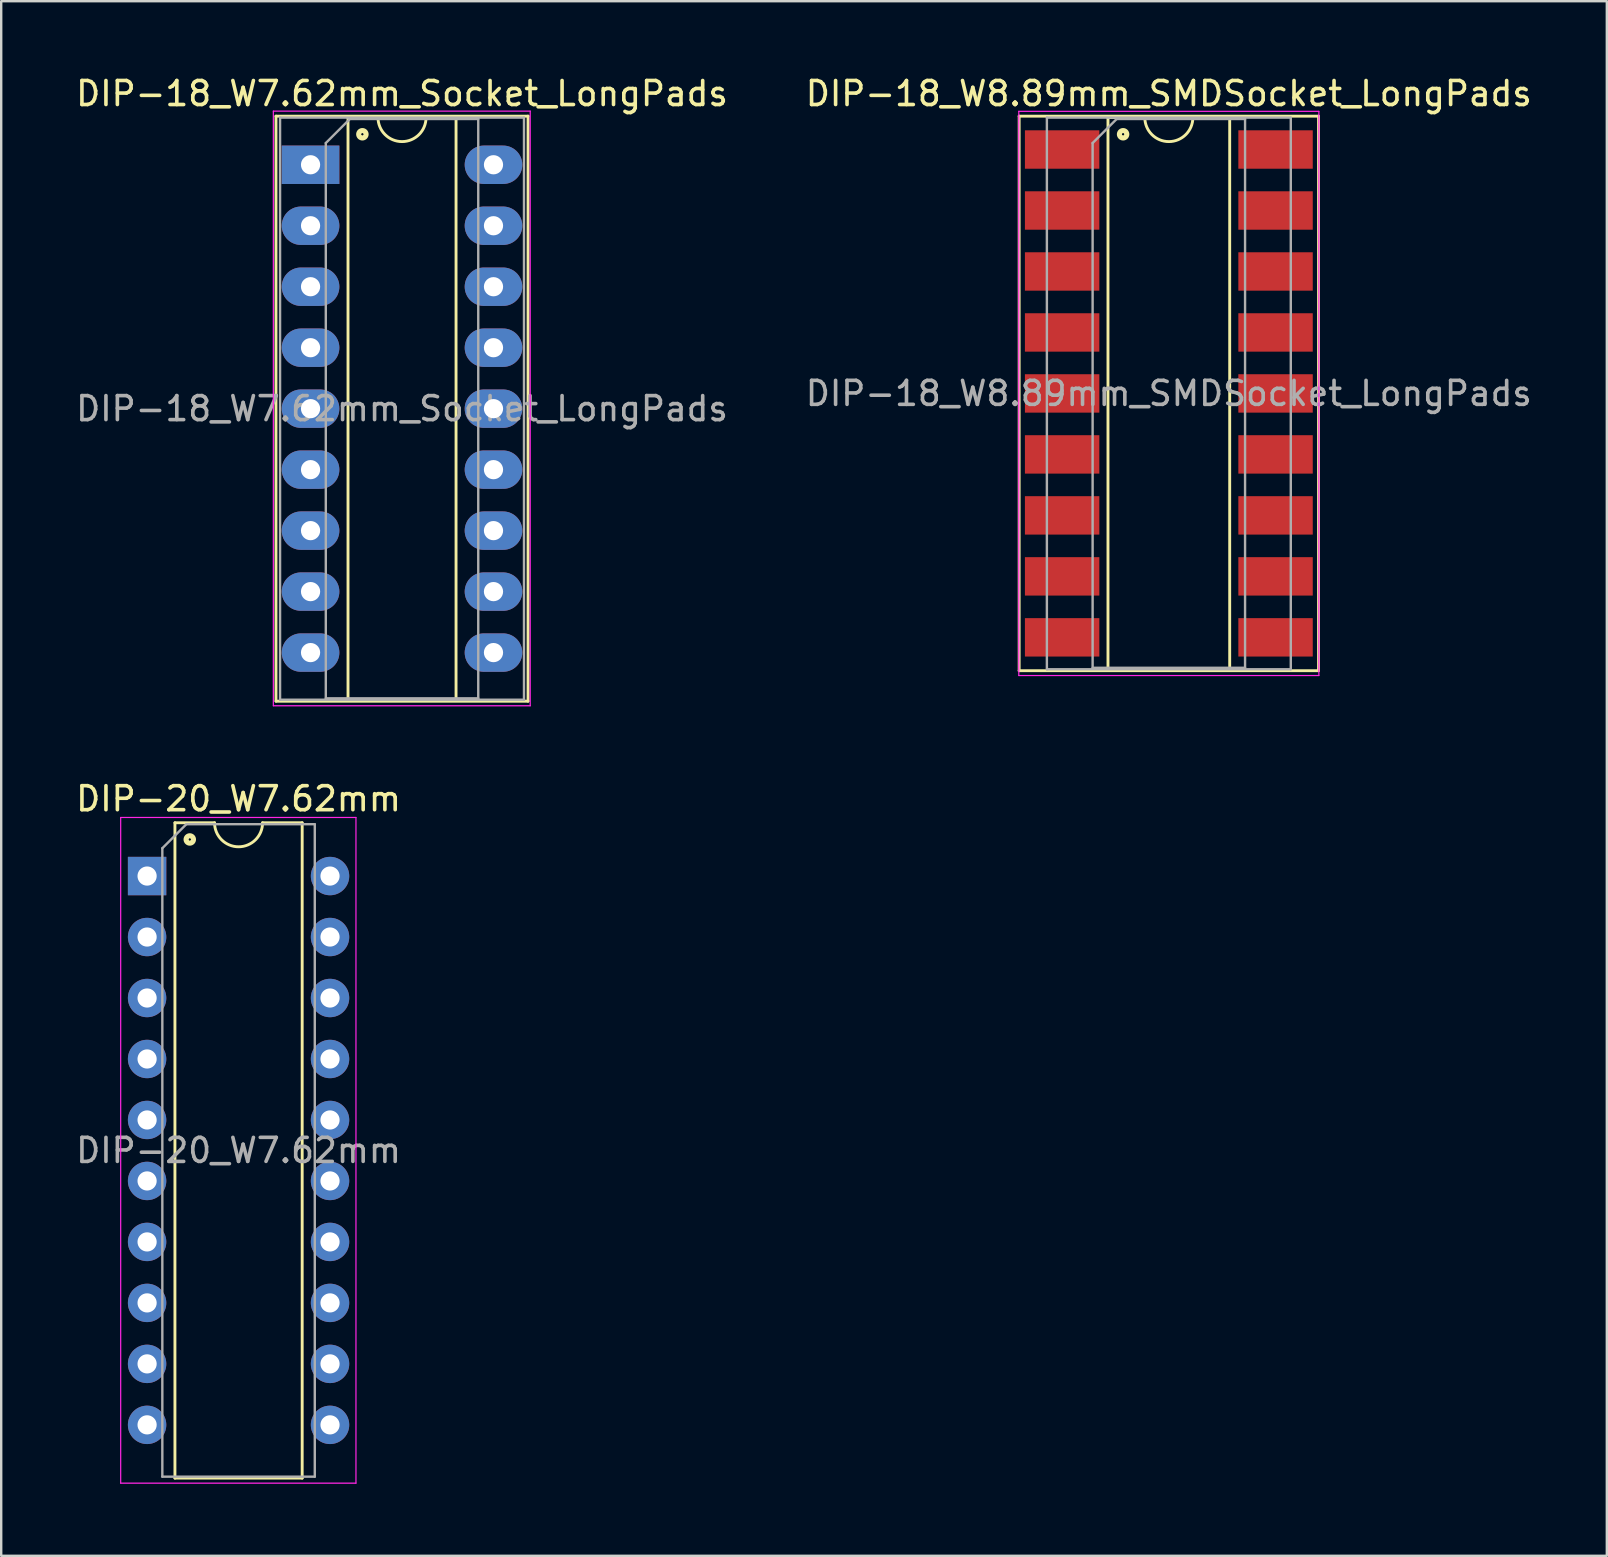
<source format=kicad_pcb>
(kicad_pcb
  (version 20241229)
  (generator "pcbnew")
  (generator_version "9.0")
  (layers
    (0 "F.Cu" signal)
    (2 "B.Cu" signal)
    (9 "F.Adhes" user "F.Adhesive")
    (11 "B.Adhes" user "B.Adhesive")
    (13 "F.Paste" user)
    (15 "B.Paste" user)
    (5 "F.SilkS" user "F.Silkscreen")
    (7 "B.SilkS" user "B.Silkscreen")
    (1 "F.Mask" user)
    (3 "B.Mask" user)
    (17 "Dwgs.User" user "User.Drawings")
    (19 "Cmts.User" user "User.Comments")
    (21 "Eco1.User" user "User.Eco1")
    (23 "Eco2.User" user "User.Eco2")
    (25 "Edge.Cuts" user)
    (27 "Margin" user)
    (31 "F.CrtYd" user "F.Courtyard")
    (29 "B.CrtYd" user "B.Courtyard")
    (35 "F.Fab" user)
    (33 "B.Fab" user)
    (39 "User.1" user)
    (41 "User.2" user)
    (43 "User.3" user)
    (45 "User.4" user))
  (footprint "DIP-18_W8.89mm_SMDSocket_LongPads"
    (layer "F.Cu")
    (at 45.637 13.338)
    (property "Reference" "DIP-18_W8.89mm_SMDSocket_LongPads" (at 0 -12.49 0) (layer "F.SilkS") (effects (font (size 1 1) (thickness 0.15))))
    (attr smd)
    (fp_line (start -6.235 -11.55) (end -6.235 11.55) (stroke (width 0.12) (type solid)) (layer "F.SilkS"))
    (fp_line (start -6.235 11.55) (end 6.235 11.55) (stroke (width 0.12) (type solid)) (layer "F.SilkS"))
    (fp_line (start -2.535 -11.49) (end -2.535 11.49) (stroke (width 0.12) (type solid)) (layer "F.SilkS"))
    (fp_line (start -2.535 11.49) (end 2.535 11.49) (stroke (width 0.12) (type solid)) (layer "F.SilkS"))
    (fp_line (start -1 -11.49) (end -2.535 -11.49) (stroke (width 0.12) (type solid)) (layer "F.SilkS"))
    (fp_line (start 2.535 -11.49) (end 1 -11.49) (stroke (width 0.12) (type solid)) (layer "F.SilkS"))
    (fp_line (start 2.535 11.49) (end 2.535 -11.49) (stroke (width 0.12) (type solid)) (layer "F.SilkS"))
    (fp_line (start 6.235 -11.55) (end -6.235 -11.55) (stroke (width 0.12) (type solid)) (layer "F.SilkS"))
    (fp_line (start 6.235 11.55) (end 6.235 -11.55) (stroke (width 0.12) (type solid)) (layer "F.SilkS"))
    (fp_arc (start 1 -11.49) (mid 0 -10.49) (end -1 -11.49) (stroke (width 0.12) (type solid)) (layer "F.SilkS"))
    (fp_circle (center -1.905 -10.795) (end -1.855 -10.795) (stroke (width 0.12) (type solid)) (fill no) (layer "F.SilkS"))
    (fp_circle (center -1.905 -10.795) (end -1.78 -10.795) (stroke (width 0.12) (type solid)) (fill no) (layer "F.SilkS"))
    (fp_circle (center -1.905 -10.795) (end -1.705 -10.795) (stroke (width 0.12) (type solid)) (fill no) (layer "F.SilkS"))
    (fp_line (start -6.25 -11.75) (end -6.25 11.75) (stroke (width 0.05) (type solid)) (layer "F.CrtYd"))
    (fp_line (start -6.25 11.75) (end 6.25 11.75) (stroke (width 0.05) (type solid)) (layer "F.CrtYd"))
    (fp_line (start 6.25 -11.75) (end -6.25 -11.75) (stroke (width 0.05) (type solid)) (layer "F.CrtYd"))
    (fp_line (start 6.25 11.75) (end 6.25 -11.75) (stroke (width 0.05) (type solid)) (layer "F.CrtYd"))
    (fp_line (start -5.08 -11.49) (end -5.08 11.49) (stroke (width 0.1) (type solid)) (layer "F.Fab"))
    (fp_line (start -5.08 11.49) (end 5.08 11.49) (stroke (width 0.1) (type solid)) (layer "F.Fab"))
    (fp_line (start -3.175 -10.43) (end -2.175 -11.43) (stroke (width 0.1) (type solid)) (layer "F.Fab"))
    (fp_line (start -3.175 11.43) (end -3.175 -10.43) (stroke (width 0.1) (type solid)) (layer "F.Fab"))
    (fp_line (start -2.175 -11.43) (end 3.175 -11.43) (stroke (width 0.1) (type solid)) (layer "F.Fab"))
    (fp_line (start 3.175 -11.43) (end 3.175 11.43) (stroke (width 0.1) (type solid)) (layer "F.Fab"))
    (fp_line (start 3.175 11.43) (end -3.175 11.43) (stroke (width 0.1) (type solid)) (layer "F.Fab"))
    (fp_line (start 5.08 -11.49) (end -5.08 -11.49) (stroke (width 0.1) (type solid)) (layer "F.Fab"))
    (fp_line (start 5.08 11.49) (end 5.08 -11.49) (stroke (width 0.1) (type solid)) (layer "F.Fab"))
    (fp_text user "${REFERENCE}" (at 0 0 0) (layer "F.Fab") (effects (font (size 1 1) (thickness 0.15))))
    (pad "1" smd rect (at -4.445 -10.16) (size 3.1 1.6) (layers "F.Cu" "F.Mask" "F.Paste"))
    (pad "2" smd rect (at -4.445 -7.62) (size 3.1 1.6) (layers "F.Cu" "F.Mask" "F.Paste"))
    (pad "3" smd rect (at -4.445 -5.08) (size 3.1 1.6) (layers "F.Cu" "F.Mask" "F.Paste"))
    (pad "4" smd rect (at -4.445 -2.54) (size 3.1 1.6) (layers "F.Cu" "F.Mask" "F.Paste"))
    (pad "5" smd rect (at -4.445 0) (size 3.1 1.6) (layers "F.Cu" "F.Mask" "F.Paste"))
    (pad "6" smd rect (at -4.445 2.54) (size 3.1 1.6) (layers "F.Cu" "F.Mask" "F.Paste"))
    (pad "7" smd rect (at -4.445 5.08) (size 3.1 1.6) (layers "F.Cu" "F.Mask" "F.Paste"))
    (pad "8" smd rect (at -4.445 7.62) (size 3.1 1.6) (layers "F.Cu" "F.Mask" "F.Paste"))
    (pad "9" smd rect (at -4.445 10.16) (size 3.1 1.6) (layers "F.Cu" "F.Mask" "F.Paste"))
    (pad "10" smd rect (at 4.445 10.16) (size 3.1 1.6) (layers "F.Cu" "F.Mask" "F.Paste"))
    (pad "11" smd rect (at 4.445 7.62) (size 3.1 1.6) (layers "F.Cu" "F.Mask" "F.Paste"))
    (pad "12" smd rect (at 4.445 5.08) (size 3.1 1.6) (layers "F.Cu" "F.Mask" "F.Paste"))
    (pad "13" smd rect (at 4.445 2.54) (size 3.1 1.6) (layers "F.Cu" "F.Mask" "F.Paste"))
    (pad "14" smd rect (at 4.445 0) (size 3.1 1.6) (layers "F.Cu" "F.Mask" "F.Paste"))
    (pad "15" smd rect (at 4.445 -2.54) (size 3.1 1.6) (layers "F.Cu" "F.Mask" "F.Paste"))
    (pad "16" smd rect (at 4.445 -5.08) (size 3.1 1.6) (layers "F.Cu" "F.Mask" "F.Paste"))
    (pad "17" smd rect (at 4.445 -7.62) (size 3.1 1.6) (layers "F.Cu" "F.Mask" "F.Paste"))
    (pad "18" smd rect (at 4.445 -10.16) (size 3.1 1.6) (layers "F.Cu" "F.Mask" "F.Paste")))
  (footprint "DIP-18_W7.62mm_Socket_LongPads"
    (layer "F.Cu")
    (at 9.886 3.813)
    (property "Reference" "DIP-18_W7.62mm_Socket_LongPads" (at 3.81 -2.965 0) (layer "F.SilkS") (effects (font (size 1 1) (thickness 0.15))))
    (attr through_hole)
    (fp_line (start -1.44 -2.025) (end -1.44 22.345) (stroke (width 0.12) (type solid)) (layer "F.SilkS"))
    (fp_line (start -1.44 22.345) (end 9.06 22.345) (stroke (width 0.12) (type solid)) (layer "F.SilkS"))
    (fp_line (start 1.56 -1.965) (end 1.56 22.285) (stroke (width 0.12) (type solid)) (layer "F.SilkS"))
    (fp_line (start 1.56 22.285) (end 6.06 22.285) (stroke (width 0.12) (type solid)) (layer "F.SilkS"))
    (fp_line (start 2.81 -1.965) (end 1.56 -1.965) (stroke (width 0.12) (type solid)) (layer "F.SilkS"))
    (fp_line (start 6.06 -1.965) (end 4.81 -1.965) (stroke (width 0.12) (type solid)) (layer "F.SilkS"))
    (fp_line (start 6.06 22.285) (end 6.06 -1.965) (stroke (width 0.12) (type solid)) (layer "F.SilkS"))
    (fp_line (start 9.06 -2.025) (end -1.44 -2.025) (stroke (width 0.12) (type solid)) (layer "F.SilkS"))
    (fp_line (start 9.06 22.345) (end 9.06 -2.025) (stroke (width 0.12) (type solid)) (layer "F.SilkS"))
    (fp_arc (start 4.81 -1.965) (mid 3.81 -0.965) (end 2.81 -1.965) (stroke (width 0.12) (type solid)) (layer "F.SilkS"))
    (fp_circle (center 2.159 -1.27) (end 2.209 -1.27) (stroke (width 0.12) (type solid)) (fill no) (layer "F.SilkS"))
    (fp_circle (center 2.159 -1.27) (end 2.284 -1.27) (stroke (width 0.12) (type solid)) (fill no) (layer "F.SilkS"))
    (fp_circle (center 2.159 -1.27) (end 2.359 -1.27) (stroke (width 0.12) (type solid)) (fill no) (layer "F.SilkS"))
    (fp_line (start -1.55 -2.235) (end -1.55 22.535) (stroke (width 0.05) (type solid)) (layer "F.CrtYd"))
    (fp_line (start -1.55 22.535) (end 9.15 22.535) (stroke (width 0.05) (type solid)) (layer "F.CrtYd"))
    (fp_line (start 9.15 -2.235) (end -1.55 -2.235) (stroke (width 0.05) (type solid)) (layer "F.CrtYd"))
    (fp_line (start 9.15 22.535) (end 9.15 -2.235) (stroke (width 0.05) (type solid)) (layer "F.CrtYd"))
    (fp_line (start -1.27 -1.965) (end -1.27 22.285) (stroke (width 0.1) (type solid)) (layer "F.Fab"))
    (fp_line (start -1.27 22.285) (end 8.89 22.285) (stroke (width 0.1) (type solid)) (layer "F.Fab"))
    (fp_line (start 0.635 -0.905) (end 1.635 -1.905) (stroke (width 0.1) (type solid)) (layer "F.Fab"))
    (fp_line (start 0.635 22.225) (end 0.635 -0.905) (stroke (width 0.1) (type solid)) (layer "F.Fab"))
    (fp_line (start 1.635 -1.905) (end 6.985 -1.905) (stroke (width 0.1) (type solid)) (layer "F.Fab"))
    (fp_line (start 6.985 -1.905) (end 6.985 22.225) (stroke (width 0.1) (type solid)) (layer "F.Fab"))
    (fp_line (start 6.985 22.225) (end 0.635 22.225) (stroke (width 0.1) (type solid)) (layer "F.Fab"))
    (fp_line (start 8.89 -1.965) (end -1.27 -1.965) (stroke (width 0.1) (type solid)) (layer "F.Fab"))
    (fp_line (start 8.89 22.285) (end 8.89 -1.965) (stroke (width 0.1) (type solid)) (layer "F.Fab"))
    (fp_text user "${REFERENCE}" (at 3.81 10.16 0) (layer "F.Fab") (effects (font (size 1 1) (thickness 0.15))))
    (pad "1" thru_hole rect (at 0 0) (size 2.4 1.6) (drill 0.8) (layers "*.Cu" "*.Mask"))
    (pad "2" thru_hole oval (at 0 2.54) (size 2.4 1.6) (drill 0.8) (layers "*.Cu" "*.Mask"))
    (pad "3" thru_hole oval (at 0 5.08) (size 2.4 1.6) (drill 0.8) (layers "*.Cu" "*.Mask"))
    (pad "4" thru_hole oval (at 0 7.62) (size 2.4 1.6) (drill 0.8) (layers "*.Cu" "*.Mask"))
    (pad "5" thru_hole oval (at 0 10.16) (size 2.4 1.6) (drill 0.8) (layers "*.Cu" "*.Mask"))
    (pad "6" thru_hole oval (at 0 12.7) (size 2.4 1.6) (drill 0.8) (layers "*.Cu" "*.Mask"))
    (pad "7" thru_hole oval (at 0 15.24) (size 2.4 1.6) (drill 0.8) (layers "*.Cu" "*.Mask"))
    (pad "8" thru_hole oval (at 0 17.78) (size 2.4 1.6) (drill 0.8) (layers "*.Cu" "*.Mask"))
    (pad "9" thru_hole oval (at 0 20.32) (size 2.4 1.6) (drill 0.8) (layers "*.Cu" "*.Mask"))
    (pad "10" thru_hole oval (at 7.62 20.32) (size 2.4 1.6) (drill 0.8) (layers "*.Cu" "*.Mask"))
    (pad "11" thru_hole oval (at 7.62 17.78) (size 2.4 1.6) (drill 0.8) (layers "*.Cu" "*.Mask"))
    (pad "12" thru_hole oval (at 7.62 15.24) (size 2.4 1.6) (drill 0.8) (layers "*.Cu" "*.Mask"))
    (pad "13" thru_hole oval (at 7.62 12.7) (size 2.4 1.6) (drill 0.8) (layers "*.Cu" "*.Mask"))
    (pad "14" thru_hole oval (at 7.62 10.16) (size 2.4 1.6) (drill 0.8) (layers "*.Cu" "*.Mask"))
    (pad "15" thru_hole oval (at 7.62 7.62) (size 2.4 1.6) (drill 0.8) (layers "*.Cu" "*.Mask"))
    (pad "16" thru_hole oval (at 7.62 5.08) (size 2.4 1.6) (drill 0.8) (layers "*.Cu" "*.Mask"))
    (pad "17" thru_hole oval (at 7.62 2.54) (size 2.4 1.6) (drill 0.8) (layers "*.Cu" "*.Mask"))
    (pad "18" thru_hole oval (at 7.62 0) (size 2.4 1.6) (drill 0.8) (layers "*.Cu" "*.Mask")))
  (footprint "DIP-20_W7.62mm"
    (layer "F.Cu")
    (at 3.077 33.441)
    (property "Reference" "DIP-20_W7.62mm" (at 3.81 -3.219 0) (layer "F.SilkS") (effects (font (size 1 1) (thickness 0.15))))
    (attr through_hole)
    (fp_line (start 1.16 -2.219) (end 1.16 25.079) (stroke (width 0.12) (type solid)) (layer "F.SilkS"))
    (fp_line (start 1.16 25.079) (end 6.46 25.079) (stroke (width 0.12) (type solid)) (layer "F.SilkS"))
    (fp_line (start 2.81 -2.219) (end 1.16 -2.219) (stroke (width 0.12) (type solid)) (layer "F.SilkS"))
    (fp_line (start 6.46 -2.219) (end 4.81 -2.219) (stroke (width 0.12) (type solid)) (layer "F.SilkS"))
    (fp_line (start 6.46 25.079) (end 6.46 -2.219) (stroke (width 0.12) (type solid)) (layer "F.SilkS"))
    (fp_arc (start 4.81 -2.219) (mid 3.81 -1.219) (end 2.81 -2.219) (stroke (width 0.12) (type solid)) (layer "F.SilkS"))
    (fp_circle (center 1.778 -1.524) (end 1.828 -1.524) (stroke (width 0.12) (type solid)) (fill no) (layer "F.SilkS"))
    (fp_circle (center 1.778 -1.524) (end 1.903 -1.524) (stroke (width 0.12) (type solid)) (fill no) (layer "F.SilkS"))
    (fp_circle (center 1.778 -1.524) (end 1.978 -1.524) (stroke (width 0.12) (type solid)) (fill no) (layer "F.SilkS"))
    (fp_line (start -1.1 -2.439) (end -1.1 25.289) (stroke (width 0.05) (type solid)) (layer "F.CrtYd"))
    (fp_line (start -1.1 25.289) (end 8.7 25.289) (stroke (width 0.05) (type solid)) (layer "F.CrtYd"))
    (fp_line (start 8.7 -2.439) (end -1.1 -2.439) (stroke (width 0.05) (type solid)) (layer "F.CrtYd"))
    (fp_line (start 8.7 25.289) (end 8.7 -2.439) (stroke (width 0.05) (type solid)) (layer "F.CrtYd"))
    (fp_line (start 0.635 -1.159) (end 1.635 -2.159) (stroke (width 0.1) (type solid)) (layer "F.Fab"))
    (fp_line (start 0.635 25.019) (end 0.635 -1.159) (stroke (width 0.1) (type solid)) (layer "F.Fab"))
    (fp_line (start 1.635 -2.159) (end 6.985 -2.159) (stroke (width 0.1) (type solid)) (layer "F.Fab"))
    (fp_line (start 6.985 -2.159) (end 6.985 25.019) (stroke (width 0.1) (type solid)) (layer "F.Fab"))
    (fp_line (start 6.985 25.019) (end 0.635 25.019) (stroke (width 0.1) (type solid)) (layer "F.Fab"))
    (fp_text user "${REFERENCE}" (at 3.81 11.43 0) (layer "F.Fab") (effects (font (size 1 1) (thickness 0.15))))
    (pad "1" thru_hole rect (at 0 0) (size 1.6 1.6) (drill 0.8) (layers "*.Cu" "*.Mask"))
    (pad "2" thru_hole oval (at 0 2.54) (size 1.6 1.6) (drill 0.8) (layers "*.Cu" "*.Mask"))
    (pad "3" thru_hole oval (at 0 5.08) (size 1.6 1.6) (drill 0.8) (layers "*.Cu" "*.Mask"))
    (pad "4" thru_hole oval (at 0 7.62) (size 1.6 1.6) (drill 0.8) (layers "*.Cu" "*.Mask"))
    (pad "5" thru_hole oval (at 0 10.16) (size 1.6 1.6) (drill 0.8) (layers "*.Cu" "*.Mask"))
    (pad "6" thru_hole oval (at 0 12.7) (size 1.6 1.6) (drill 0.8) (layers "*.Cu" "*.Mask"))
    (pad "7" thru_hole oval (at 0 15.24) (size 1.6 1.6) (drill 0.8) (layers "*.Cu" "*.Mask"))
    (pad "8" thru_hole oval (at 0 17.78) (size 1.6 1.6) (drill 0.8) (layers "*.Cu" "*.Mask"))
    (pad "9" thru_hole oval (at 0 20.32) (size 1.6 1.6) (drill 0.8) (layers "*.Cu" "*.Mask"))
    (pad "10" thru_hole oval (at 0 22.86) (size 1.6 1.6) (drill 0.8) (layers "*.Cu" "*.Mask"))
    (pad "11" thru_hole oval (at 7.62 22.86) (size 1.6 1.6) (drill 0.8) (layers "*.Cu" "*.Mask"))
    (pad "12" thru_hole oval (at 7.62 20.32) (size 1.6 1.6) (drill 0.8) (layers "*.Cu" "*.Mask"))
    (pad "13" thru_hole oval (at 7.62 17.78) (size 1.6 1.6) (drill 0.8) (layers "*.Cu" "*.Mask"))
    (pad "14" thru_hole oval (at 7.62 15.24) (size 1.6 1.6) (drill 0.8) (layers "*.Cu" "*.Mask"))
    (pad "15" thru_hole oval (at 7.62 12.7) (size 1.6 1.6) (drill 0.8) (layers "*.Cu" "*.Mask"))
    (pad "16" thru_hole oval (at 7.62 10.16) (size 1.6 1.6) (drill 0.8) (layers "*.Cu" "*.Mask"))
    (pad "17" thru_hole oval (at 7.62 7.62) (size 1.6 1.6) (drill 0.8) (layers "*.Cu" "*.Mask"))
    (pad "18" thru_hole oval (at 7.62 5.08) (size 1.6 1.6) (drill 0.8) (layers "*.Cu" "*.Mask"))
    (pad "19" thru_hole oval (at 7.62 2.54) (size 1.6 1.6) (drill 0.8) (layers "*.Cu" "*.Mask"))
    (pad "20" thru_hole oval (at 7.62 0) (size 1.6 1.6) (drill 0.8) (layers "*.Cu" "*.Mask")))
  (gr_rect
    (start -3 -3)
    (end 63.881 61.755)
    (stroke (width 0.1) (type default))
    (fill no)
    (layer "Edge.Cuts")))
</source>
